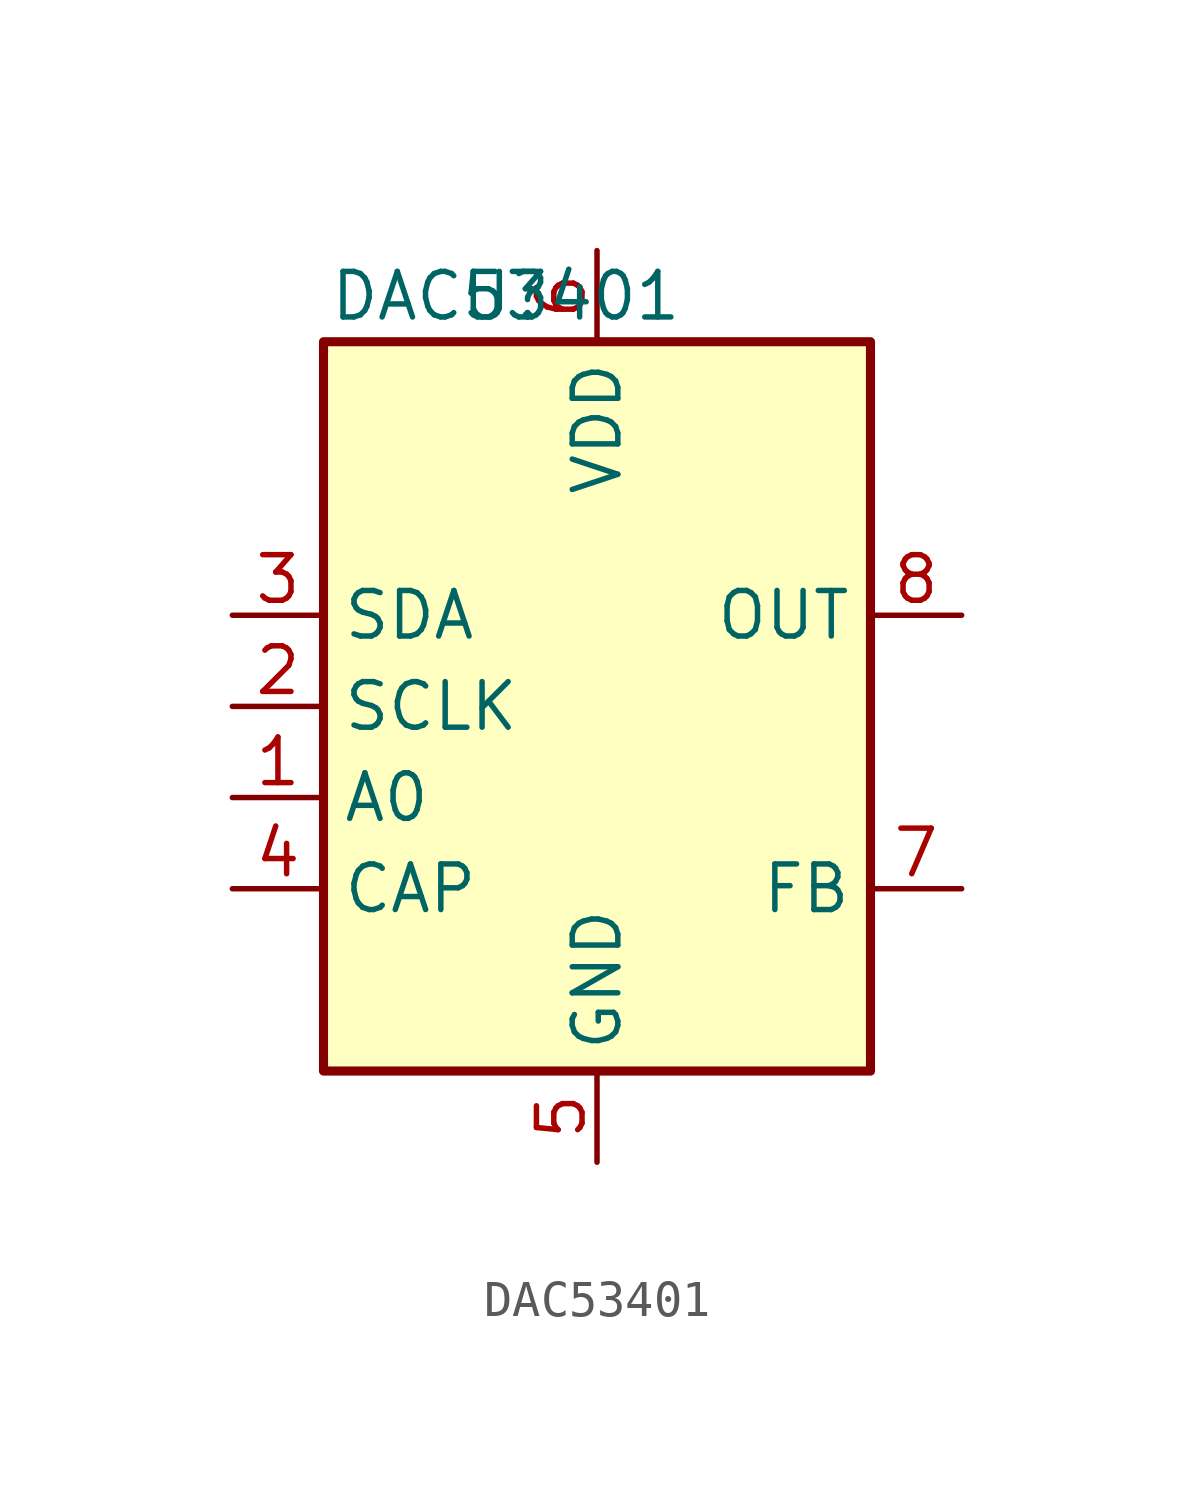
<source format=kicad_sym>
(kicad_symbol_lib
  (version 20231120)
  (generator "kicad_symbol_editor")
  (generator_version "8.0")
  (symbol "DAC53401"
    (property "Reference" "U"
      (at -2.54 1.27 0)
      (effects (font (size 1.27 1.27))))
    (property "Value" "DAC53401"
      (at -2.54 1.27 0)
      (effects (font (size 1.27 1.27))))
    (symbol "DAC53401_0_1"
      (rectangle (start -7.62 0) (end 7.62 -20.32) (stroke (width 0.254) (type default)) (fill (type background))))
    (symbol "DAC53401_1_1"
      (pin input line (at -10.16 -12.7 0) (length 2.54) (name "A0" (effects (font (size 1.27 1.27)))) (number "1" (effects (font (size 1.27 1.27)))))
      (pin input line (at -10.16 -10.16 0) (length 2.54) (name "SCLK" (effects (font (size 1.27 1.27)))) (number "2" (effects (font (size 1.27 1.27)))))
      (pin input line (at -10.16 -7.62 0) (length 2.54) (name "SDA" (effects (font (size 1.27 1.27)))) (number "3" (effects (font (size 1.27 1.27)))))
      (pin power_in line (at -10.16 -15.24 0) (length 2.54) (name "CAP" (effects (font (size 1.27 1.27)))) (number "4" (effects (font (size 1.27 1.27)))))
      (pin power_in line (at 0 -22.86 90) (length 2.54) (name "GND" (effects (font (size 1.27 1.27)))) (number "5" (effects (font (size 1.27 1.27)))))
      (pin power_in line (at 0 2.54 270) (length 2.54) (name "VDD" (effects (font (size 1.27 1.27)))) (number "6" (effects (font (size 1.27 1.27)))))
      (pin input line (at 10.16 -15.24 180) (length 2.54) (name "FB" (effects (font (size 1.27 1.27)))) (number "7" (effects (font (size 1.27 1.27)))))
      (pin output line (at 10.16 -7.62 180) (length 2.54) (name "OUT" (effects (font (size 1.27 1.27)))) (number "8" (effects (font (size 1.27 1.27))))))))
</source>
